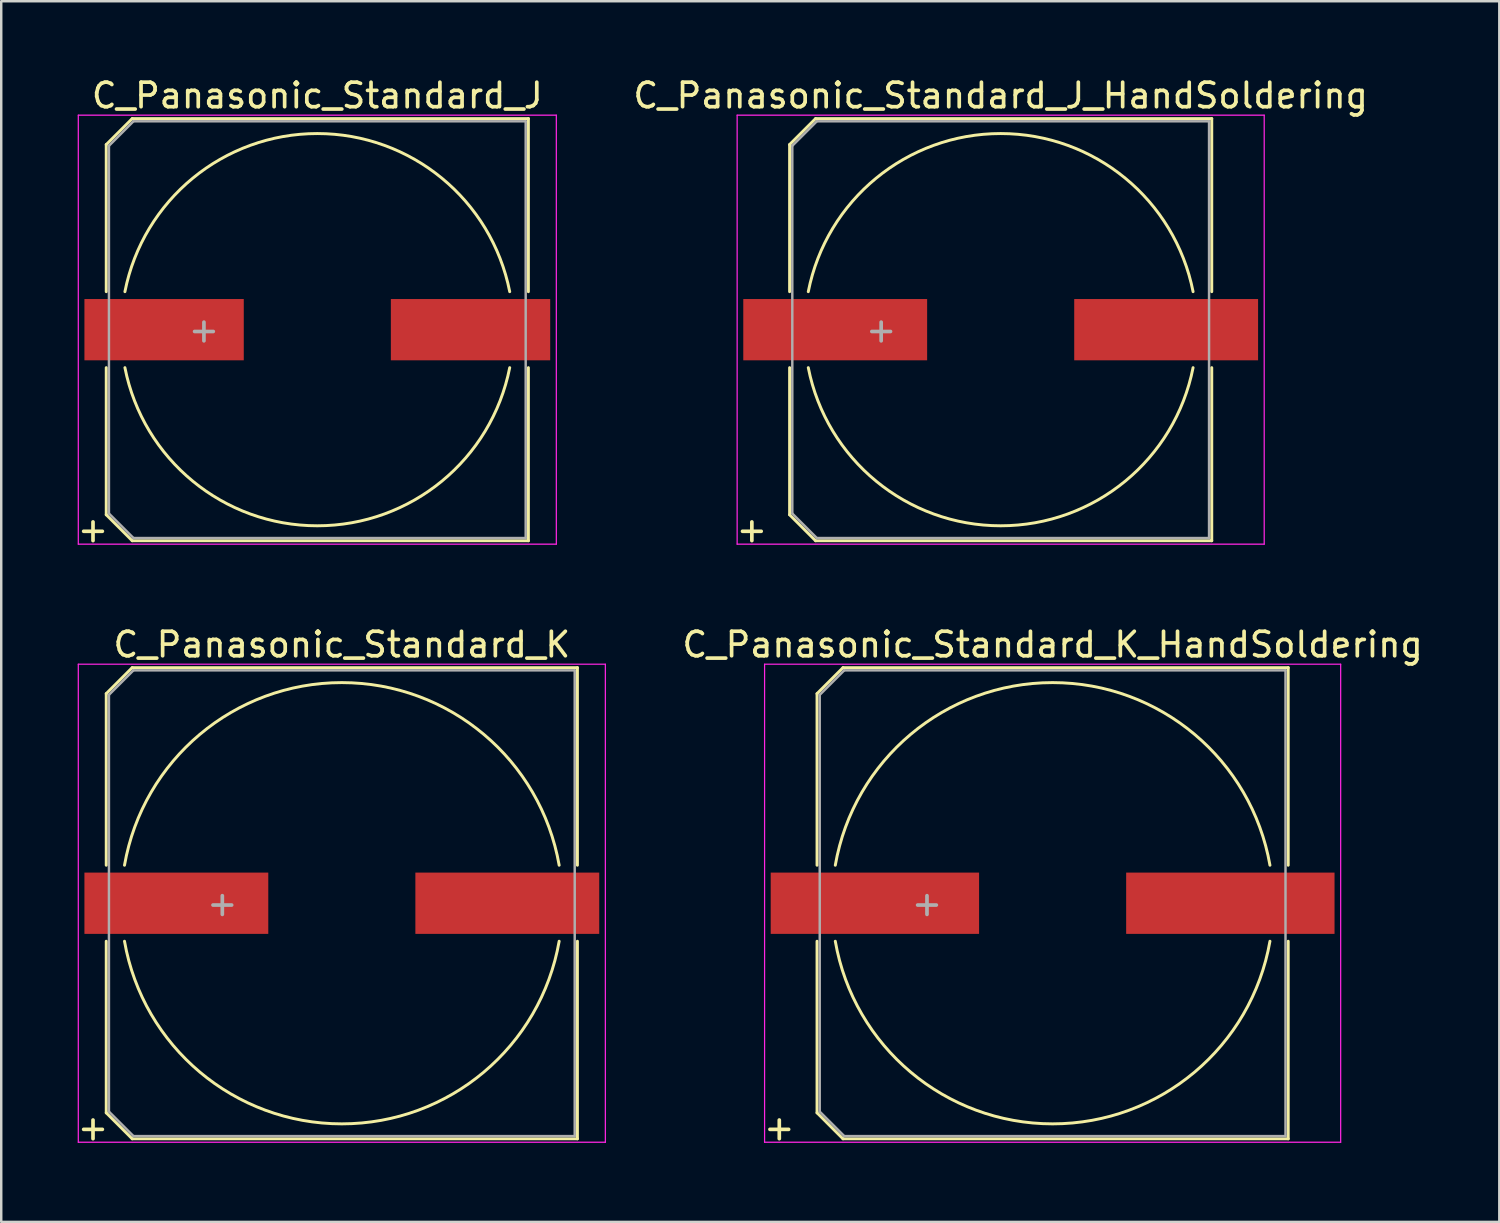
<source format=kicad_pcb>
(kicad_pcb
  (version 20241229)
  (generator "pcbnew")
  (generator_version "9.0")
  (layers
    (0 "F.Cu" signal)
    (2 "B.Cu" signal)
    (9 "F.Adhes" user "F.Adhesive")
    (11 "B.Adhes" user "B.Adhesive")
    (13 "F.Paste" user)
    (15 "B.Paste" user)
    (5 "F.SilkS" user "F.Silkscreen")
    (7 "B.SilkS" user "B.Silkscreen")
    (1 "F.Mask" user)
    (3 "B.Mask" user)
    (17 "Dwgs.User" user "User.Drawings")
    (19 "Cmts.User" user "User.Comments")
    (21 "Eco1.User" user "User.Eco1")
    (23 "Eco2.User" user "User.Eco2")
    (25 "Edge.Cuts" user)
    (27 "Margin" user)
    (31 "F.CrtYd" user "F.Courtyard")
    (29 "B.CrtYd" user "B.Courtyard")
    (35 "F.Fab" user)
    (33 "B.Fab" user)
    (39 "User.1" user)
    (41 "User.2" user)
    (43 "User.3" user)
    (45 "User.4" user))
  (footprint "C_Panasonic_Standard_K_HandSoldering"
    (layer "F.Cu")
    (at 39.889 33.795)
    (property "Reference" "C_Panasonic_Standard_K_HandSoldering" (at 0 -10.55 0) (layer "F.SilkS") (effects (font (size 1 1) (thickness 0.15))))
    (attr smd)
    (fp_line (start -9.61 -8.55) (end -9.61 -1.55) (stroke (width 0.12) (type solid)) (layer "F.SilkS"))
    (fp_line (start -9.61 -8.55) (end -8.55 -9.61) (stroke (width 0.12) (type solid)) (layer "F.SilkS"))
    (fp_line (start -9.61 8.55) (end -9.61 1.55) (stroke (width 0.12) (type solid)) (layer "F.SilkS"))
    (fp_line (start -9.61 8.55) (end -8.55 9.61) (stroke (width 0.12) (type solid)) (layer "F.SilkS"))
    (fp_line (start -8.55 -9.61) (end 9.61 -9.61) (stroke (width 0.12) (type solid)) (layer "F.SilkS"))
    (fp_line (start -8.55 9.61) (end 9.61 9.61) (stroke (width 0.12) (type solid)) (layer "F.SilkS"))
    (fp_line (start 9.61 -9.61) (end 9.61 -1.55) (stroke (width 0.12) (type solid)) (layer "F.SilkS"))
    (fp_line (start 9.61 9.61) (end 9.61 1.55) (stroke (width 0.12) (type solid)) (layer "F.SilkS"))
    (fp_arc (start -8.865523 -1.55) (mid 0 -9) (end 8.865523 -1.55) (stroke (width 0.12) (type solid)) (layer "F.SilkS"))
    (fp_arc (start 8.865523 1.55) (mid 0 9) (end -8.865523 1.55) (stroke (width 0.12) (type solid)) (layer "F.SilkS"))
    (fp_line (start -11.75 -9.75) (end -11.75 9.75) (stroke (width 0.05) (type solid)) (layer "F.CrtYd"))
    (fp_line (start -11.75 9.75) (end 11.75 9.75) (stroke (width 0.05) (type solid)) (layer "F.CrtYd"))
    (fp_line (start 11.75 -9.75) (end -11.75 -9.75) (stroke (width 0.05) (type solid)) (layer "F.CrtYd"))
    (fp_line (start 11.75 9.75) (end 11.75 -9.75) (stroke (width 0.05) (type solid)) (layer "F.CrtYd"))
    (fp_line (start -9.5 -8.5) (end -9.5 8.5) (stroke (width 0.1) (type solid)) (layer "F.Fab"))
    (fp_line (start -9.5 -8.5) (end -8.5 -9.5) (stroke (width 0.1) (type solid)) (layer "F.Fab"))
    (fp_line (start -9.5 8.5) (end -8.5 9.5) (stroke (width 0.1) (type solid)) (layer "F.Fab"))
    (fp_line (start -8.5 -9.5) (end 9.5 -9.5) (stroke (width 0.1) (type solid)) (layer "F.Fab"))
    (fp_line (start -8.5 9.5) (end 9.5 9.5) (stroke (width 0.1) (type solid)) (layer "F.Fab"))
    (fp_line (start 9.5 -9.5) (end 9.5 9.5) (stroke (width 0.1) (type solid)) (layer "F.Fab"))
    (fp_text user "+" (at -11.15 9.15 0) (layer "F.SilkS") (effects (font (size 1 1) (thickness 0.15))))
    (fp_text user "+" (at -5.125 0 0) (layer "F.Fab") (effects (font (size 1 1) (thickness 0.15))))
    (pad "1" smd rect (at -7.25 0) (size 8.5 2.5) (layers "F.Cu" "F.Mask" "F.Paste"))
    (pad "2" smd rect (at 7.25 0) (size 8.5 2.5) (layers "F.Cu" "F.Mask" "F.Paste")))
  (footprint "C_Panasonic_Standard_K"
    (layer "F.Cu")
    (at 10.894 33.795)
    (property "Reference" "C_Panasonic_Standard_K" (at 0 -10.55 0) (layer "F.SilkS") (effects (font (size 1 1) (thickness 0.15))))
    (attr smd)
    (fp_line (start -9.61 -8.55) (end -9.61 -1.55) (stroke (width 0.12) (type solid)) (layer "F.SilkS"))
    (fp_line (start -9.61 -8.55) (end -8.55 -9.61) (stroke (width 0.12) (type solid)) (layer "F.SilkS"))
    (fp_line (start -9.61 8.55) (end -9.61 1.55) (stroke (width 0.12) (type solid)) (layer "F.SilkS"))
    (fp_line (start -9.61 8.55) (end -8.55 9.61) (stroke (width 0.12) (type solid)) (layer "F.SilkS"))
    (fp_line (start -8.55 -9.61) (end 9.61 -9.61) (stroke (width 0.12) (type solid)) (layer "F.SilkS"))
    (fp_line (start -8.55 9.61) (end 9.61 9.61) (stroke (width 0.12) (type solid)) (layer "F.SilkS"))
    (fp_line (start 9.61 -9.61) (end 9.61 -1.55) (stroke (width 0.12) (type solid)) (layer "F.SilkS"))
    (fp_line (start 9.61 9.61) (end 9.61 1.55) (stroke (width 0.12) (type solid)) (layer "F.SilkS"))
    (fp_arc (start -8.865523 -1.55) (mid 0 -9) (end 8.865523 -1.55) (stroke (width 0.12) (type solid)) (layer "F.SilkS"))
    (fp_arc (start 8.865523 1.55) (mid 0 9) (end -8.865523 1.55) (stroke (width 0.12) (type solid)) (layer "F.SilkS"))
    (fp_line (start -10.75 -9.75) (end -10.75 9.75) (stroke (width 0.05) (type solid)) (layer "F.CrtYd"))
    (fp_line (start -10.75 9.75) (end 10.75 9.75) (stroke (width 0.05) (type solid)) (layer "F.CrtYd"))
    (fp_line (start 10.75 -9.75) (end -10.75 -9.75) (stroke (width 0.05) (type solid)) (layer "F.CrtYd"))
    (fp_line (start 10.75 9.75) (end 10.75 -9.75) (stroke (width 0.05) (type solid)) (layer "F.CrtYd"))
    (fp_line (start -9.5 -8.5) (end -9.5 8.5) (stroke (width 0.1) (type solid)) (layer "F.Fab"))
    (fp_line (start -9.5 -8.5) (end -8.5 -9.5) (stroke (width 0.1) (type solid)) (layer "F.Fab"))
    (fp_line (start -9.5 8.5) (end -8.5 9.5) (stroke (width 0.1) (type solid)) (layer "F.Fab"))
    (fp_line (start -8.5 -9.5) (end 9.5 -9.5) (stroke (width 0.1) (type solid)) (layer "F.Fab"))
    (fp_line (start -8.5 9.5) (end 9.5 9.5) (stroke (width 0.1) (type solid)) (layer "F.Fab"))
    (fp_line (start 9.5 -9.5) (end 9.5 9.5) (stroke (width 0.1) (type solid)) (layer "F.Fab"))
    (fp_text user "+" (at -10.15 9.15 0) (layer "F.SilkS") (effects (font (size 1 1) (thickness 0.15))))
    (fp_text user "+" (at -4.875 0 0) (layer "F.Fab") (effects (font (size 1 1) (thickness 0.15))))
    (pad "1" smd rect (at -6.75 0) (size 7.5 2.5) (layers "F.Cu" "F.Mask" "F.Paste"))
    (pad "2" smd rect (at 6.75 0) (size 7.5 2.5) (layers "F.Cu" "F.Mask" "F.Paste")))
  (footprint "C_Panasonic_Standard_J"
    (layer "F.Cu")
    (at 9.894 10.398)
    (property "Reference" "C_Panasonic_Standard_J" (at 0 -9.55 0) (layer "F.SilkS") (effects (font (size 1 1) (thickness 0.15))))
    (attr smd)
    (fp_line (start -8.61 -7.55) (end -8.61 -1.55) (stroke (width 0.12) (type solid)) (layer "F.SilkS"))
    (fp_line (start -8.61 -7.55) (end -7.55 -8.61) (stroke (width 0.12) (type solid)) (layer "F.SilkS"))
    (fp_line (start -8.61 7.55) (end -8.61 1.55) (stroke (width 0.12) (type solid)) (layer "F.SilkS"))
    (fp_line (start -8.61 7.55) (end -7.55 8.61) (stroke (width 0.12) (type solid)) (layer "F.SilkS"))
    (fp_line (start -7.55 -8.61) (end 8.61 -8.61) (stroke (width 0.12) (type solid)) (layer "F.SilkS"))
    (fp_line (start -7.55 8.61) (end 8.61 8.61) (stroke (width 0.12) (type solid)) (layer "F.SilkS"))
    (fp_line (start 8.61 -8.61) (end 8.61 -1.55) (stroke (width 0.12) (type solid)) (layer "F.SilkS"))
    (fp_line (start 8.61 8.61) (end 8.61 1.55) (stroke (width 0.12) (type solid)) (layer "F.SilkS"))
    (fp_arc (start -7.848407 -1.55) (mid 0 -8) (end 7.848407 -1.55) (stroke (width 0.12) (type solid)) (layer "F.SilkS"))
    (fp_arc (start 7.848407 1.55) (mid 0 8) (end -7.848407 1.55) (stroke (width 0.12) (type solid)) (layer "F.SilkS"))
    (fp_line (start -9.75 -8.75) (end -9.75 8.75) (stroke (width 0.05) (type solid)) (layer "F.CrtYd"))
    (fp_line (start -9.75 8.75) (end 9.75 8.75) (stroke (width 0.05) (type solid)) (layer "F.CrtYd"))
    (fp_line (start 9.75 -8.75) (end -9.75 -8.75) (stroke (width 0.05) (type solid)) (layer "F.CrtYd"))
    (fp_line (start 9.75 8.75) (end 9.75 -8.75) (stroke (width 0.05) (type solid)) (layer "F.CrtYd"))
    (fp_line (start -8.5 -7.5) (end -8.5 7.5) (stroke (width 0.1) (type solid)) (layer "F.Fab"))
    (fp_line (start -8.5 -7.5) (end -7.5 -8.5) (stroke (width 0.1) (type solid)) (layer "F.Fab"))
    (fp_line (start -8.5 7.5) (end -7.5 8.5) (stroke (width 0.1) (type solid)) (layer "F.Fab"))
    (fp_line (start -7.5 -8.5) (end 8.5 -8.5) (stroke (width 0.1) (type solid)) (layer "F.Fab"))
    (fp_line (start -7.5 8.5) (end 8.5 8.5) (stroke (width 0.1) (type solid)) (layer "F.Fab"))
    (fp_line (start 8.5 -8.5) (end 8.5 8.5) (stroke (width 0.1) (type solid)) (layer "F.Fab"))
    (fp_text user "+" (at -9.15 8.15 0) (layer "F.SilkS") (effects (font (size 1 1) (thickness 0.15))))
    (fp_text user "+" (at -4.625 0 0) (layer "F.Fab") (effects (font (size 1 1) (thickness 0.15))))
    (pad "1" smd rect (at -6.25 0) (size 6.5 2.5) (layers "F.Cu" "F.Mask" "F.Paste"))
    (pad "2" smd rect (at 6.25 0) (size 6.5 2.5) (layers "F.Cu" "F.Mask" "F.Paste")))
  (footprint "C_Panasonic_Standard_J_HandSoldering"
    (layer "F.Cu")
    (at 37.77 10.398)
    (property "Reference" "C_Panasonic_Standard_J_HandSoldering" (at 0 -9.55 0) (layer "F.SilkS") (effects (font (size 1 1) (thickness 0.15))))
    (attr smd)
    (fp_line (start -8.61 -7.55) (end -8.61 -1.55) (stroke (width 0.12) (type solid)) (layer "F.SilkS"))
    (fp_line (start -8.61 -7.55) (end -7.55 -8.61) (stroke (width 0.12) (type solid)) (layer "F.SilkS"))
    (fp_line (start -8.61 7.55) (end -8.61 1.55) (stroke (width 0.12) (type solid)) (layer "F.SilkS"))
    (fp_line (start -8.61 7.55) (end -7.55 8.61) (stroke (width 0.12) (type solid)) (layer "F.SilkS"))
    (fp_line (start -7.55 -8.61) (end 8.61 -8.61) (stroke (width 0.12) (type solid)) (layer "F.SilkS"))
    (fp_line (start -7.55 8.61) (end 8.61 8.61) (stroke (width 0.12) (type solid)) (layer "F.SilkS"))
    (fp_line (start 8.61 -8.61) (end 8.61 -1.55) (stroke (width 0.12) (type solid)) (layer "F.SilkS"))
    (fp_line (start 8.61 8.61) (end 8.61 1.55) (stroke (width 0.12) (type solid)) (layer "F.SilkS"))
    (fp_arc (start -7.848407 -1.55) (mid 0 -8) (end 7.848407 -1.55) (stroke (width 0.12) (type solid)) (layer "F.SilkS"))
    (fp_arc (start 7.848407 1.55) (mid 0 8) (end -7.848407 1.55) (stroke (width 0.12) (type solid)) (layer "F.SilkS"))
    (fp_line (start -10.75 -8.75) (end -10.75 8.75) (stroke (width 0.05) (type solid)) (layer "F.CrtYd"))
    (fp_line (start -10.75 8.75) (end 10.75 8.75) (stroke (width 0.05) (type solid)) (layer "F.CrtYd"))
    (fp_line (start 10.75 -8.75) (end -10.75 -8.75) (stroke (width 0.05) (type solid)) (layer "F.CrtYd"))
    (fp_line (start 10.75 8.75) (end 10.75 -8.75) (stroke (width 0.05) (type solid)) (layer "F.CrtYd"))
    (fp_line (start -8.5 -7.5) (end -8.5 7.5) (stroke (width 0.1) (type solid)) (layer "F.Fab"))
    (fp_line (start -8.5 -7.5) (end -7.5 -8.5) (stroke (width 0.1) (type solid)) (layer "F.Fab"))
    (fp_line (start -8.5 7.5) (end -7.5 8.5) (stroke (width 0.1) (type solid)) (layer "F.Fab"))
    (fp_line (start -7.5 -8.5) (end 8.5 -8.5) (stroke (width 0.1) (type solid)) (layer "F.Fab"))
    (fp_line (start -7.5 8.5) (end 8.5 8.5) (stroke (width 0.1) (type solid)) (layer "F.Fab"))
    (fp_line (start 8.5 -8.5) (end 8.5 8.5) (stroke (width 0.1) (type solid)) (layer "F.Fab"))
    (fp_text user "+" (at -10.15 8.15 0) (layer "F.SilkS") (effects (font (size 1 1) (thickness 0.15))))
    (fp_text user "+" (at -4.875 0 0) (layer "F.Fab") (effects (font (size 1 1) (thickness 0.15))))
    (pad "1" smd rect (at -6.75 0) (size 7.5 2.5) (layers "F.Cu" "F.Mask" "F.Paste"))
    (pad "2" smd rect (at 6.75 0) (size 7.5 2.5) (layers "F.Cu" "F.Mask" "F.Paste")))
  (gr_rect
    (start -3 -3)
    (end 58.11 46.793)
    (stroke (width 0.1) (type default))
    (fill no)
    (layer "Edge.Cuts")))
</source>
